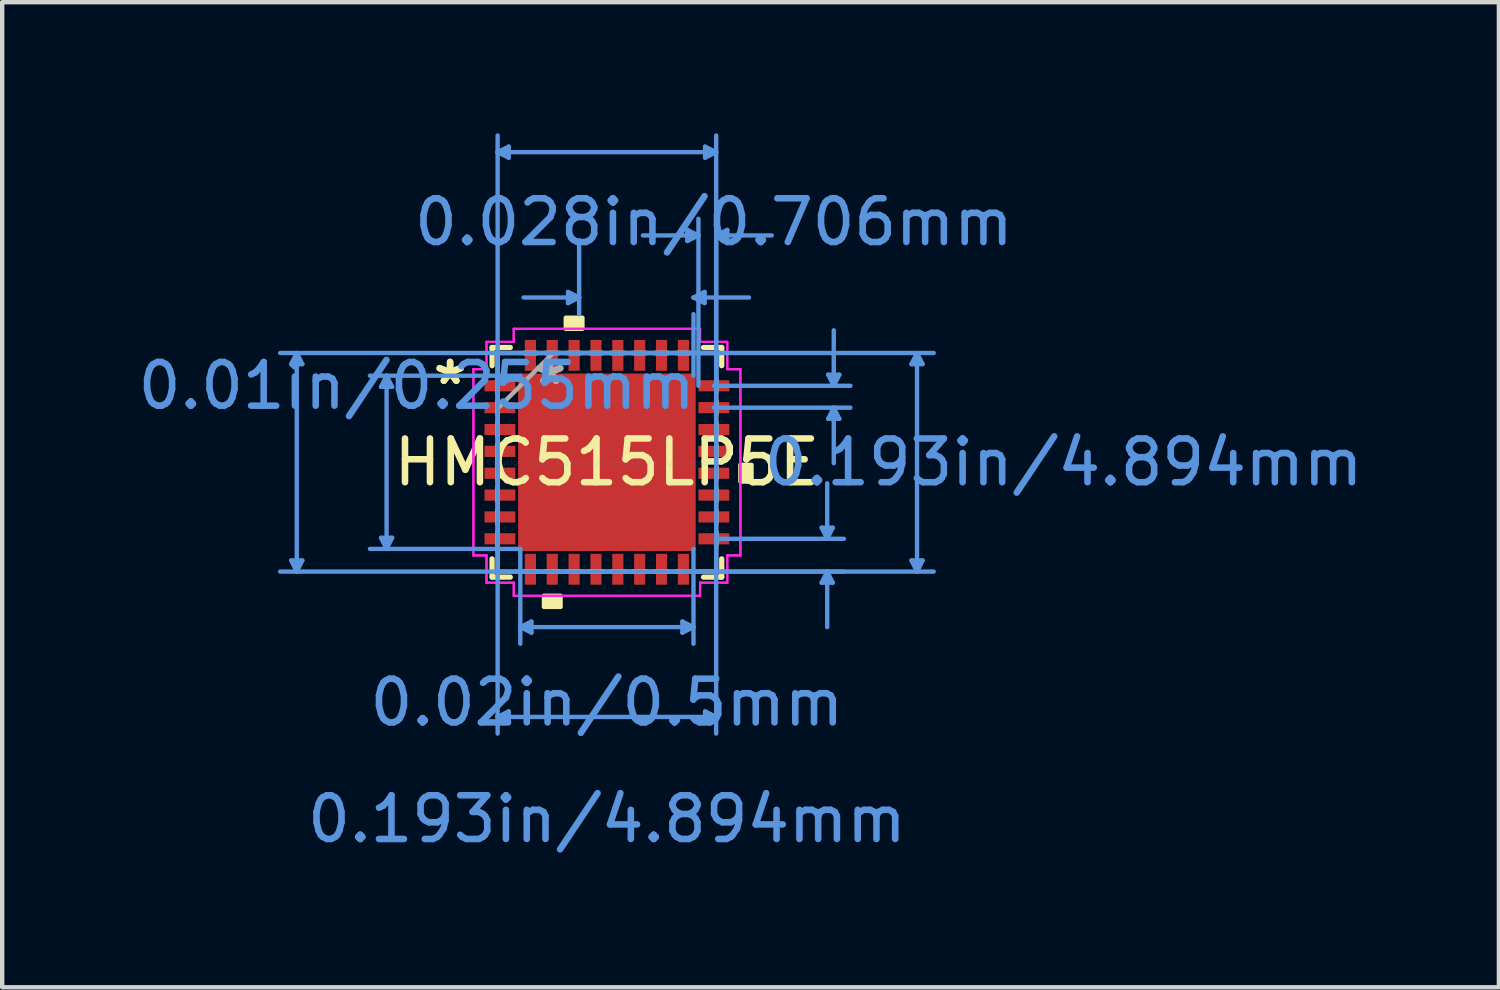
<source format=kicad_pcb>
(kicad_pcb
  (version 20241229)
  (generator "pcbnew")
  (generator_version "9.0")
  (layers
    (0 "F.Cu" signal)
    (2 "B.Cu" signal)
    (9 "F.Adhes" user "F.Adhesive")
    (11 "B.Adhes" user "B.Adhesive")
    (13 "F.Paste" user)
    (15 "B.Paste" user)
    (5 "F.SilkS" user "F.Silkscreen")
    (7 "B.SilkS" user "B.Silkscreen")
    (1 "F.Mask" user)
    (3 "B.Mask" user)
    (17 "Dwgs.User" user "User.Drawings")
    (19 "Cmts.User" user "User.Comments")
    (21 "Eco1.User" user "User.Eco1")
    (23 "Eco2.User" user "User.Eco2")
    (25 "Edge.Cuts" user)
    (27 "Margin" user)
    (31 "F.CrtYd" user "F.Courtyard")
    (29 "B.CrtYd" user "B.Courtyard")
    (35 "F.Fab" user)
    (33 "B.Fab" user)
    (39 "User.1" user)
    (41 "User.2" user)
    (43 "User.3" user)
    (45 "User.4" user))
  (footprint "HMC515LP5E"
    (layer "F.Cu")
    (at 10.834 7.526)
    (property "Reference" "HMC515LP5E" (at 0 0 0) (layer "F.SilkS") (effects (font (size 1 1) (thickness 0.15))))
    (attr through_hole)
    (fp_poly (pts (xy -1.981 -1.981) (xy 1.981 -1.981) (xy 1.981 1.981) (xy -1.981 1.981)) (stroke (width 0.1) (type solid)) (fill yes) (layer "F.Cu"))
    (fp_poly (pts (xy -1.981 -1.981) (xy 1.981 -1.981) (xy 1.981 1.981) (xy -1.981 1.981)) (stroke (width 0.1) (type solid)) (fill yes) (layer "F.Mask"))
    (fp_line (start -2.627 -2.627) (end -2.627 -2.21) (stroke (width 0.12) (type solid)) (layer "F.SilkS"))
    (fp_line (start -2.627 2.21) (end -2.627 2.627) (stroke (width 0.12) (type solid)) (layer "F.SilkS"))
    (fp_line (start -2.627 2.627) (end -2.21 2.627) (stroke (width 0.12) (type solid)) (layer "F.SilkS"))
    (fp_line (start -2.21 -2.627) (end -2.627 -2.627) (stroke (width 0.12) (type solid)) (layer "F.SilkS"))
    (fp_line (start 2.21 2.627) (end 2.627 2.627) (stroke (width 0.12) (type solid)) (layer "F.SilkS"))
    (fp_line (start 2.627 -2.627) (end 2.21 -2.627) (stroke (width 0.12) (type solid)) (layer "F.SilkS"))
    (fp_line (start 2.627 -2.21) (end 2.627 -2.627) (stroke (width 0.12) (type solid)) (layer "F.SilkS"))
    (fp_line (start 2.627 2.627) (end 2.627 2.21) (stroke (width 0.12) (type solid)) (layer "F.SilkS"))
    (fp_poly (pts (xy -1.44 3.054) (xy -1.44 3.308) (xy -1.06 3.308) (xy -1.06 3.054)) (stroke (width 0.1) (type solid)) (fill yes) (layer "F.SilkS"))
    (fp_poly (pts (xy -0.941 -3.054) (xy -0.941 -3.308) (xy -0.56 -3.308) (xy -0.56 -3.054)) (stroke (width 0.1) (type solid)) (fill yes) (layer "F.SilkS"))
    (fp_poly (pts (xy 3.308 0.059) (xy 3.308 0.441) (xy 3.054 0.441) (xy 3.054 0.059)) (stroke (width 0.1) (type solid)) (fill yes) (layer "F.SilkS"))
    (fp_poly (pts (xy -1.981 -1.981) (xy 1.981 -1.981) (xy 1.981 1.981) (xy -1.981 1.981)) (stroke (width 0.1) (type solid)) (fill yes) (layer "F.Paste"))
    (fp_line (start -7.222 -2.246) (end -6.968 -2.246) (stroke (width 0.1) (type solid)) (layer "Cmts.User"))
    (fp_line (start -7.222 2.246) (end -6.968 2.246) (stroke (width 0.1) (type solid)) (layer "Cmts.User"))
    (fp_line (start -7.095 -2.5) (end -7.222 -2.246) (stroke (width 0.1) (type solid)) (layer "Cmts.User"))
    (fp_line (start -7.095 -2.5) (end -7.095 2.5) (stroke (width 0.1) (type solid)) (layer "Cmts.User"))
    (fp_line (start -7.095 -2.5) (end -6.968 -2.246) (stroke (width 0.1) (type solid)) (layer "Cmts.User"))
    (fp_line (start -7.095 2.5) (end -7.222 2.246) (stroke (width 0.1) (type solid)) (layer "Cmts.User"))
    (fp_line (start -7.095 2.5) (end -6.968 2.246) (stroke (width 0.1) (type solid)) (layer "Cmts.User"))
    (fp_line (start -5.167 -1.727) (end -4.913 -1.727) (stroke (width 0.1) (type solid)) (layer "Cmts.User"))
    (fp_line (start -5.167 1.727) (end -4.913 1.727) (stroke (width 0.1) (type solid)) (layer "Cmts.User"))
    (fp_line (start -5.04 -1.981) (end -5.167 -1.727) (stroke (width 0.1) (type solid)) (layer "Cmts.User"))
    (fp_line (start -5.04 -1.981) (end -5.04 1.981) (stroke (width 0.1) (type solid)) (layer "Cmts.User"))
    (fp_line (start -5.04 -1.981) (end -4.913 -1.727) (stroke (width 0.1) (type solid)) (layer "Cmts.User"))
    (fp_line (start -5.04 1.981) (end -5.167 1.727) (stroke (width 0.1) (type solid)) (layer "Cmts.User"))
    (fp_line (start -5.04 1.981) (end -4.913 1.727) (stroke (width 0.1) (type solid)) (layer "Cmts.User"))
    (fp_line (start -2.5 -7.095) (end -2.246 -7.222) (stroke (width 0.1) (type solid)) (layer "Cmts.User"))
    (fp_line (start -2.5 -7.095) (end -2.246 -6.968) (stroke (width 0.1) (type solid)) (layer "Cmts.User"))
    (fp_line (start -2.5 -7.095) (end 2.5 -7.095) (stroke (width 0.1) (type solid)) (layer "Cmts.User"))
    (fp_line (start -2.5 -2.5) (end -2.5 6.206) (stroke (width 0.1) (type solid)) (layer "Cmts.User"))
    (fp_line (start -2.5 -1.75) (end -2.5 -7.476) (stroke (width 0.1) (type solid)) (layer "Cmts.User"))
    (fp_line (start -2.5 5.825) (end -2.246 5.698) (stroke (width 0.1) (type solid)) (layer "Cmts.User"))
    (fp_line (start -2.5 5.825) (end -2.246 5.952) (stroke (width 0.1) (type solid)) (layer "Cmts.User"))
    (fp_line (start -2.5 5.825) (end 2.5 5.825) (stroke (width 0.1) (type solid)) (layer "Cmts.User"))
    (fp_line (start -2.246 -7.222) (end -2.246 -6.968) (stroke (width 0.1) (type solid)) (layer "Cmts.User"))
    (fp_line (start -2.246 5.698) (end -2.246 5.952) (stroke (width 0.1) (type solid)) (layer "Cmts.User"))
    (fp_line (start -1.981 -1.981) (end -5.421 -1.981) (stroke (width 0.1) (type solid)) (layer "Cmts.User"))
    (fp_line (start -1.981 1.981) (end -5.421 1.981) (stroke (width 0.1) (type solid)) (layer "Cmts.User"))
    (fp_line (start -1.981 1.981) (end -1.981 4.151) (stroke (width 0.1) (type solid)) (layer "Cmts.User"))
    (fp_line (start -1.981 3.77) (end -1.727 3.643) (stroke (width 0.1) (type solid)) (layer "Cmts.User"))
    (fp_line (start -1.981 3.77) (end -1.727 3.897) (stroke (width 0.1) (type solid)) (layer "Cmts.User"))
    (fp_line (start -1.981 3.77) (end 1.981 3.77) (stroke (width 0.1) (type solid)) (layer "Cmts.User"))
    (fp_line (start -1.727 3.643) (end -1.727 3.897) (stroke (width 0.1) (type solid)) (layer "Cmts.User"))
    (fp_line (start -0.889 -3.897) (end -0.889 -3.643) (stroke (width 0.1) (type solid)) (layer "Cmts.User"))
    (fp_line (start -0.635 -5.08) (end -0.635 -3.389) (stroke (width 0.1) (type solid)) (layer "Cmts.User"))
    (fp_line (start -0.635 -3.77) (end -1.905 -3.77) (stroke (width 0.1) (type solid)) (layer "Cmts.User"))
    (fp_line (start -0.635 -3.77) (end -0.889 -3.897) (stroke (width 0.1) (type solid)) (layer "Cmts.User"))
    (fp_line (start -0.635 -3.77) (end -0.889 -3.643) (stroke (width 0.1) (type solid)) (layer "Cmts.User"))
    (fp_line (start 1.727 3.643) (end 1.727 3.897) (stroke (width 0.1) (type solid)) (layer "Cmts.User"))
    (fp_line (start 1.75 -2.5) (end 7.476 -2.5) (stroke (width 0.1) (type solid)) (layer "Cmts.User"))
    (fp_line (start 1.75 2.5) (end 5.421 2.5) (stroke (width 0.1) (type solid)) (layer "Cmts.User"))
    (fp_line (start 1.75 2.5) (end 7.476 2.5) (stroke (width 0.1) (type solid)) (layer "Cmts.User"))
    (fp_line (start 1.84 -5.317) (end 1.84 -5.063) (stroke (width 0.1) (type solid)) (layer "Cmts.User"))
    (fp_line (start 1.981 -3.77) (end 2.235 -3.897) (stroke (width 0.1) (type solid)) (layer "Cmts.User"))
    (fp_line (start 1.981 -3.77) (end 2.235 -3.643) (stroke (width 0.1) (type solid)) (layer "Cmts.User"))
    (fp_line (start 1.981 -3.77) (end 3.251 -3.77) (stroke (width 0.1) (type solid)) (layer "Cmts.User"))
    (fp_line (start 1.981 -1.981) (end 1.981 -3.389) (stroke (width 0.1) (type solid)) (layer "Cmts.User"))
    (fp_line (start 1.981 1.981) (end 1.981 4.151) (stroke (width 0.1) (type solid)) (layer "Cmts.User"))
    (fp_line (start 1.981 3.77) (end 1.727 3.643) (stroke (width 0.1) (type solid)) (layer "Cmts.User"))
    (fp_line (start 1.981 3.77) (end 1.727 3.897) (stroke (width 0.1) (type solid)) (layer "Cmts.User"))
    (fp_line (start 2.094 -5.19) (end 0.824 -5.19) (stroke (width 0.1) (type solid)) (layer "Cmts.User"))
    (fp_line (start 2.094 -5.19) (end 1.84 -5.317) (stroke (width 0.1) (type solid)) (layer "Cmts.User"))
    (fp_line (start 2.094 -5.19) (end 1.84 -5.063) (stroke (width 0.1) (type solid)) (layer "Cmts.User"))
    (fp_line (start 2.094 -1.75) (end 2.094 -5.571) (stroke (width 0.1) (type solid)) (layer "Cmts.User"))
    (fp_line (start 2.235 -3.897) (end 2.235 -3.643) (stroke (width 0.1) (type solid)) (layer "Cmts.User"))
    (fp_line (start 2.246 -7.222) (end 2.246 -6.968) (stroke (width 0.1) (type solid)) (layer "Cmts.User"))
    (fp_line (start 2.246 5.698) (end 2.246 5.952) (stroke (width 0.1) (type solid)) (layer "Cmts.User"))
    (fp_line (start 2.447 -1.75) (end 5.571 -1.75) (stroke (width 0.1) (type solid)) (layer "Cmts.User"))
    (fp_line (start 2.447 -1.25) (end 5.571 -1.25) (stroke (width 0.1) (type solid)) (layer "Cmts.User"))
    (fp_line (start 2.5 -7.095) (end 2.246 -7.222) (stroke (width 0.1) (type solid)) (layer "Cmts.User"))
    (fp_line (start 2.5 -7.095) (end 2.246 -6.968) (stroke (width 0.1) (type solid)) (layer "Cmts.User"))
    (fp_line (start 2.5 -5.19) (end 2.754 -5.317) (stroke (width 0.1) (type solid)) (layer "Cmts.User"))
    (fp_line (start 2.5 -5.19) (end 2.754 -5.063) (stroke (width 0.1) (type solid)) (layer "Cmts.User"))
    (fp_line (start 2.5 -5.19) (end 3.77 -5.19) (stroke (width 0.1) (type solid)) (layer "Cmts.User"))
    (fp_line (start 2.5 -2.5) (end -7.476 -2.5) (stroke (width 0.1) (type solid)) (layer "Cmts.User"))
    (fp_line (start 2.5 -2.5) (end 2.5 6.206) (stroke (width 0.1) (type solid)) (layer "Cmts.User"))
    (fp_line (start 2.5 -1.75) (end 2.5 -7.476) (stroke (width 0.1) (type solid)) (layer "Cmts.User"))
    (fp_line (start 2.5 -1.75) (end 2.5 -5.571) (stroke (width 0.1) (type solid)) (layer "Cmts.User"))
    (fp_line (start 2.5 1.75) (end 5.421 1.75) (stroke (width 0.1) (type solid)) (layer "Cmts.User"))
    (fp_line (start 2.5 2.5) (end -7.476 2.5) (stroke (width 0.1) (type solid)) (layer "Cmts.User"))
    (fp_line (start 2.5 5.825) (end 2.246 5.698) (stroke (width 0.1) (type solid)) (layer "Cmts.User"))
    (fp_line (start 2.5 5.825) (end 2.246 5.952) (stroke (width 0.1) (type solid)) (layer "Cmts.User"))
    (fp_line (start 2.754 -5.317) (end 2.754 -5.063) (stroke (width 0.1) (type solid)) (layer "Cmts.User"))
    (fp_line (start 4.913 1.496) (end 5.167 1.496) (stroke (width 0.1) (type solid)) (layer "Cmts.User"))
    (fp_line (start 4.913 2.754) (end 5.167 2.754) (stroke (width 0.1) (type solid)) (layer "Cmts.User"))
    (fp_line (start 5.04 1.75) (end 4.913 1.496) (stroke (width 0.1) (type solid)) (layer "Cmts.User"))
    (fp_line (start 5.04 1.75) (end 5.04 0.48) (stroke (width 0.1) (type solid)) (layer "Cmts.User"))
    (fp_line (start 5.04 1.75) (end 5.167 1.496) (stroke (width 0.1) (type solid)) (layer "Cmts.User"))
    (fp_line (start 5.04 2.5) (end 4.913 2.754) (stroke (width 0.1) (type solid)) (layer "Cmts.User"))
    (fp_line (start 5.04 2.5) (end 5.04 3.77) (stroke (width 0.1) (type solid)) (layer "Cmts.User"))
    (fp_line (start 5.04 2.5) (end 5.167 2.754) (stroke (width 0.1) (type solid)) (layer "Cmts.User"))
    (fp_line (start 5.063 -2.004) (end 5.317 -2.004) (stroke (width 0.1) (type solid)) (layer "Cmts.User"))
    (fp_line (start 5.063 -0.996) (end 5.317 -0.996) (stroke (width 0.1) (type solid)) (layer "Cmts.User"))
    (fp_line (start 5.19 -1.75) (end 5.063 -2.004) (stroke (width 0.1) (type solid)) (layer "Cmts.User"))
    (fp_line (start 5.19 -1.75) (end 5.19 -3.02) (stroke (width 0.1) (type solid)) (layer "Cmts.User"))
    (fp_line (start 5.19 -1.75) (end 5.317 -2.004) (stroke (width 0.1) (type solid)) (layer "Cmts.User"))
    (fp_line (start 5.19 -1.25) (end 5.063 -0.996) (stroke (width 0.1) (type solid)) (layer "Cmts.User"))
    (fp_line (start 5.19 -1.25) (end 5.19 0.02) (stroke (width 0.1) (type solid)) (layer "Cmts.User"))
    (fp_line (start 5.19 -1.25) (end 5.317 -0.996) (stroke (width 0.1) (type solid)) (layer "Cmts.User"))
    (fp_line (start 6.968 -2.246) (end 7.222 -2.246) (stroke (width 0.1) (type solid)) (layer "Cmts.User"))
    (fp_line (start 6.968 2.246) (end 7.222 2.246) (stroke (width 0.1) (type solid)) (layer "Cmts.User"))
    (fp_line (start 7.095 -2.5) (end 6.968 -2.246) (stroke (width 0.1) (type solid)) (layer "Cmts.User"))
    (fp_line (start 7.095 -2.5) (end 7.095 2.5) (stroke (width 0.1) (type solid)) (layer "Cmts.User"))
    (fp_line (start 7.095 -2.5) (end 7.222 -2.246) (stroke (width 0.1) (type solid)) (layer "Cmts.User"))
    (fp_line (start 7.095 2.5) (end 6.968 2.246) (stroke (width 0.1) (type solid)) (layer "Cmts.User"))
    (fp_line (start 7.095 2.5) (end 7.222 2.246) (stroke (width 0.1) (type solid)) (layer "Cmts.User"))
    (fp_line (start -3.054 -2.131) (end -2.754 -2.131) (stroke (width 0.05) (type solid)) (layer "F.CrtYd"))
    (fp_line (start -3.054 -2.131) (end -2.754 -2.131) (stroke (width 0.05) (type solid)) (layer "F.CrtYd"))
    (fp_line (start -3.054 2.131) (end -3.054 -2.131) (stroke (width 0.05) (type solid)) (layer "F.CrtYd"))
    (fp_line (start -3.054 2.131) (end -3.054 -2.131) (stroke (width 0.05) (type solid)) (layer "F.CrtYd"))
    (fp_line (start -2.754 -2.754) (end -2.131 -2.754) (stroke (width 0.05) (type solid)) (layer "F.CrtYd"))
    (fp_line (start -2.754 -2.754) (end -2.131 -2.754) (stroke (width 0.05) (type solid)) (layer "F.CrtYd"))
    (fp_line (start -2.754 -2.131) (end -2.754 -2.754) (stroke (width 0.05) (type solid)) (layer "F.CrtYd"))
    (fp_line (start -2.754 -2.131) (end -2.754 -2.754) (stroke (width 0.05) (type solid)) (layer "F.CrtYd"))
    (fp_line (start -2.754 2.131) (end -3.054 2.131) (stroke (width 0.05) (type solid)) (layer "F.CrtYd"))
    (fp_line (start -2.754 2.131) (end -3.054 2.131) (stroke (width 0.05) (type solid)) (layer "F.CrtYd"))
    (fp_line (start -2.754 2.754) (end -2.754 2.131) (stroke (width 0.05) (type solid)) (layer "F.CrtYd"))
    (fp_line (start -2.754 2.754) (end -2.754 2.131) (stroke (width 0.05) (type solid)) (layer "F.CrtYd"))
    (fp_line (start -2.131 -3.054) (end 2.131 -3.054) (stroke (width 0.05) (type solid)) (layer "F.CrtYd"))
    (fp_line (start -2.131 -3.054) (end 2.131 -3.054) (stroke (width 0.05) (type solid)) (layer "F.CrtYd"))
    (fp_line (start -2.131 -2.754) (end -2.131 -3.054) (stroke (width 0.05) (type solid)) (layer "F.CrtYd"))
    (fp_line (start -2.131 -2.754) (end -2.131 -3.054) (stroke (width 0.05) (type solid)) (layer "F.CrtYd"))
    (fp_line (start -2.131 2.754) (end -2.754 2.754) (stroke (width 0.05) (type solid)) (layer "F.CrtYd"))
    (fp_line (start -2.131 2.754) (end -2.754 2.754) (stroke (width 0.05) (type solid)) (layer "F.CrtYd"))
    (fp_line (start -2.131 3.054) (end -2.131 2.754) (stroke (width 0.05) (type solid)) (layer "F.CrtYd"))
    (fp_line (start -2.131 3.054) (end -2.131 2.754) (stroke (width 0.05) (type solid)) (layer "F.CrtYd"))
    (fp_line (start 2.131 -3.054) (end 2.131 -2.754) (stroke (width 0.05) (type solid)) (layer "F.CrtYd"))
    (fp_line (start 2.131 -3.054) (end 2.131 -2.754) (stroke (width 0.05) (type solid)) (layer "F.CrtYd"))
    (fp_line (start 2.131 -2.754) (end 2.754 -2.754) (stroke (width 0.05) (type solid)) (layer "F.CrtYd"))
    (fp_line (start 2.131 -2.754) (end 2.754 -2.754) (stroke (width 0.05) (type solid)) (layer "F.CrtYd"))
    (fp_line (start 2.131 2.754) (end 2.131 3.054) (stroke (width 0.05) (type solid)) (layer "F.CrtYd"))
    (fp_line (start 2.131 2.754) (end 2.131 3.054) (stroke (width 0.05) (type solid)) (layer "F.CrtYd"))
    (fp_line (start 2.131 3.054) (end -2.131 3.054) (stroke (width 0.05) (type solid)) (layer "F.CrtYd"))
    (fp_line (start 2.131 3.054) (end -2.131 3.054) (stroke (width 0.05) (type solid)) (layer "F.CrtYd"))
    (fp_line (start 2.754 -2.754) (end 2.754 -2.131) (stroke (width 0.05) (type solid)) (layer "F.CrtYd"))
    (fp_line (start 2.754 -2.754) (end 2.754 -2.131) (stroke (width 0.05) (type solid)) (layer "F.CrtYd"))
    (fp_line (start 2.754 -2.131) (end 3.054 -2.131) (stroke (width 0.05) (type solid)) (layer "F.CrtYd"))
    (fp_line (start 2.754 -2.131) (end 3.054 -2.131) (stroke (width 0.05) (type solid)) (layer "F.CrtYd"))
    (fp_line (start 2.754 2.131) (end 2.754 2.754) (stroke (width 0.05) (type solid)) (layer "F.CrtYd"))
    (fp_line (start 2.754 2.131) (end 2.754 2.754) (stroke (width 0.05) (type solid)) (layer "F.CrtYd"))
    (fp_line (start 2.754 2.754) (end 2.131 2.754) (stroke (width 0.05) (type solid)) (layer "F.CrtYd"))
    (fp_line (start 2.754 2.754) (end 2.131 2.754) (stroke (width 0.05) (type solid)) (layer "F.CrtYd"))
    (fp_line (start 3.054 -2.131) (end 3.054 2.131) (stroke (width 0.05) (type solid)) (layer "F.CrtYd"))
    (fp_line (start 3.054 -2.131) (end 3.054 2.131) (stroke (width 0.05) (type solid)) (layer "F.CrtYd"))
    (fp_line (start 3.054 2.131) (end 2.754 2.131) (stroke (width 0.05) (type solid)) (layer "F.CrtYd"))
    (fp_line (start 3.054 2.131) (end 2.754 2.131) (stroke (width 0.05) (type solid)) (layer "F.CrtYd"))
    (fp_line (start -2.5 -2.5) (end -2.5 2.5) (stroke (width 0.1) (type solid)) (layer "F.Fab"))
    (fp_line (start -2.5 -1.902) (end -2.5 -1.902) (stroke (width 0.1) (type solid)) (layer "F.Fab"))
    (fp_line (start -2.5 -1.902) (end -2.5 -1.598) (stroke (width 0.1) (type solid)) (layer "F.Fab"))
    (fp_line (start -2.5 -1.598) (end -2.5 -1.902) (stroke (width 0.1) (type solid)) (layer "F.Fab"))
    (fp_line (start -2.5 -1.598) (end -2.5 -1.598) (stroke (width 0.1) (type solid)) (layer "F.Fab"))
    (fp_line (start -2.5 -1.402) (end -2.5 -1.402) (stroke (width 0.1) (type solid)) (layer "F.Fab"))
    (fp_line (start -2.5 -1.402) (end -2.5 -1.098) (stroke (width 0.1) (type solid)) (layer "F.Fab"))
    (fp_line (start -2.5 -1.23) (end -1.23 -2.5) (stroke (width 0.1) (type solid)) (layer "F.Fab"))
    (fp_line (start -2.5 -1.098) (end -2.5 -1.402) (stroke (width 0.1) (type solid)) (layer "F.Fab"))
    (fp_line (start -2.5 -1.098) (end -2.5 -1.098) (stroke (width 0.1) (type solid)) (layer "F.Fab"))
    (fp_line (start -2.5 -0.902) (end -2.5 -0.902) (stroke (width 0.1) (type solid)) (layer "F.Fab"))
    (fp_line (start -2.5 -0.902) (end -2.5 -0.598) (stroke (width 0.1) (type solid)) (layer "F.Fab"))
    (fp_line (start -2.5 -0.598) (end -2.5 -0.902) (stroke (width 0.1) (type solid)) (layer "F.Fab"))
    (fp_line (start -2.5 -0.598) (end -2.5 -0.598) (stroke (width 0.1) (type solid)) (layer "F.Fab"))
    (fp_line (start -2.5 -0.402) (end -2.5 -0.402) (stroke (width 0.1) (type solid)) (layer "F.Fab"))
    (fp_line (start -2.5 -0.402) (end -2.5 -0.098) (stroke (width 0.1) (type solid)) (layer "F.Fab"))
    (fp_line (start -2.5 -0.098) (end -2.5 -0.402) (stroke (width 0.1) (type solid)) (layer "F.Fab"))
    (fp_line (start -2.5 -0.098) (end -2.5 -0.098) (stroke (width 0.1) (type solid)) (layer "F.Fab"))
    (fp_line (start -2.5 0.098) (end -2.5 0.098) (stroke (width 0.1) (type solid)) (layer "F.Fab"))
    (fp_line (start -2.5 0.098) (end -2.5 0.402) (stroke (width 0.1) (type solid)) (layer "F.Fab"))
    (fp_line (start -2.5 0.402) (end -2.5 0.098) (stroke (width 0.1) (type solid)) (layer "F.Fab"))
    (fp_line (start -2.5 0.402) (end -2.5 0.402) (stroke (width 0.1) (type solid)) (layer "F.Fab"))
    (fp_line (start -2.5 0.598) (end -2.5 0.598) (stroke (width 0.1) (type solid)) (layer "F.Fab"))
    (fp_line (start -2.5 0.598) (end -2.5 0.902) (stroke (width 0.1) (type solid)) (layer "F.Fab"))
    (fp_line (start -2.5 0.902) (end -2.5 0.598) (stroke (width 0.1) (type solid)) (layer "F.Fab"))
    (fp_line (start -2.5 0.902) (end -2.5 0.902) (stroke (width 0.1) (type solid)) (layer "F.Fab"))
    (fp_line (start -2.5 1.098) (end -2.5 1.098) (stroke (width 0.1) (type solid)) (layer "F.Fab"))
    (fp_line (start -2.5 1.098) (end -2.5 1.402) (stroke (width 0.1) (type solid)) (layer "F.Fab"))
    (fp_line (start -2.5 1.402) (end -2.5 1.098) (stroke (width 0.1) (type solid)) (layer "F.Fab"))
    (fp_line (start -2.5 1.402) (end -2.5 1.402) (stroke (width 0.1) (type solid)) (layer "F.Fab"))
    (fp_line (start -2.5 1.598) (end -2.5 1.598) (stroke (width 0.1) (type solid)) (layer "F.Fab"))
    (fp_line (start -2.5 1.598) (end -2.5 1.902) (stroke (width 0.1) (type solid)) (layer "F.Fab"))
    (fp_line (start -2.5 1.902) (end -2.5 1.598) (stroke (width 0.1) (type solid)) (layer "F.Fab"))
    (fp_line (start -2.5 1.902) (end -2.5 1.902) (stroke (width 0.1) (type solid)) (layer "F.Fab"))
    (fp_line (start -2.5 2.5) (end 2.5 2.5) (stroke (width 0.1) (type solid)) (layer "F.Fab"))
    (fp_line (start -1.902 -2.5) (end -1.902 -2.5) (stroke (width 0.1) (type solid)) (layer "F.Fab"))
    (fp_line (start -1.902 -2.5) (end -1.598 -2.5) (stroke (width 0.1) (type solid)) (layer "F.Fab"))
    (fp_line (start -1.902 2.5) (end -1.902 2.5) (stroke (width 0.1) (type solid)) (layer "F.Fab"))
    (fp_line (start -1.902 2.5) (end -1.598 2.5) (stroke (width 0.1) (type solid)) (layer "F.Fab"))
    (fp_line (start -1.598 -2.5) (end -1.902 -2.5) (stroke (width 0.1) (type solid)) (layer "F.Fab"))
    (fp_line (start -1.598 -2.5) (end -1.598 -2.5) (stroke (width 0.1) (type solid)) (layer "F.Fab"))
    (fp_line (start -1.598 2.5) (end -1.902 2.5) (stroke (width 0.1) (type solid)) (layer "F.Fab"))
    (fp_line (start -1.598 2.5) (end -1.598 2.5) (stroke (width 0.1) (type solid)) (layer "F.Fab"))
    (fp_line (start -1.402 -2.5) (end -1.402 -2.5) (stroke (width 0.1) (type solid)) (layer "F.Fab"))
    (fp_line (start -1.402 -2.5) (end -1.098 -2.5) (stroke (width 0.1) (type solid)) (layer "F.Fab"))
    (fp_line (start -1.402 2.5) (end -1.402 2.5) (stroke (width 0.1) (type solid)) (layer "F.Fab"))
    (fp_line (start -1.402 2.5) (end -1.098 2.5) (stroke (width 0.1) (type solid)) (layer "F.Fab"))
    (fp_line (start -1.098 -2.5) (end -1.402 -2.5) (stroke (width 0.1) (type solid)) (layer "F.Fab"))
    (fp_line (start -1.098 -2.5) (end -1.098 -2.5) (stroke (width 0.1) (type solid)) (layer "F.Fab"))
    (fp_line (start -1.098 2.5) (end -1.402 2.5) (stroke (width 0.1) (type solid)) (layer "F.Fab"))
    (fp_line (start -1.098 2.5) (end -1.098 2.5) (stroke (width 0.1) (type solid)) (layer "F.Fab"))
    (fp_line (start -0.902 -2.5) (end -0.902 -2.5) (stroke (width 0.1) (type solid)) (layer "F.Fab"))
    (fp_line (start -0.902 -2.5) (end -0.598 -2.5) (stroke (width 0.1) (type solid)) (layer "F.Fab"))
    (fp_line (start -0.902 2.5) (end -0.902 2.5) (stroke (width 0.1) (type solid)) (layer "F.Fab"))
    (fp_line (start -0.902 2.5) (end -0.598 2.5) (stroke (width 0.1) (type solid)) (layer "F.Fab"))
    (fp_line (start -0.598 -2.5) (end -0.902 -2.5) (stroke (width 0.1) (type solid)) (layer "F.Fab"))
    (fp_line (start -0.598 -2.5) (end -0.598 -2.5) (stroke (width 0.1) (type solid)) (layer "F.Fab"))
    (fp_line (start -0.598 2.5) (end -0.902 2.5) (stroke (width 0.1) (type solid)) (layer "F.Fab"))
    (fp_line (start -0.598 2.5) (end -0.598 2.5) (stroke (width 0.1) (type solid)) (layer "F.Fab"))
    (fp_line (start -0.402 -2.5) (end -0.402 -2.5) (stroke (width 0.1) (type solid)) (layer "F.Fab"))
    (fp_line (start -0.402 -2.5) (end -0.098 -2.5) (stroke (width 0.1) (type solid)) (layer "F.Fab"))
    (fp_line (start -0.402 2.5) (end -0.402 2.5) (stroke (width 0.1) (type solid)) (layer "F.Fab"))
    (fp_line (start -0.402 2.5) (end -0.098 2.5) (stroke (width 0.1) (type solid)) (layer "F.Fab"))
    (fp_line (start -0.098 -2.5) (end -0.402 -2.5) (stroke (width 0.1) (type solid)) (layer "F.Fab"))
    (fp_line (start -0.098 -2.5) (end -0.098 -2.5) (stroke (width 0.1) (type solid)) (layer "F.Fab"))
    (fp_line (start -0.098 2.5) (end -0.402 2.5) (stroke (width 0.1) (type solid)) (layer "F.Fab"))
    (fp_line (start -0.098 2.5) (end -0.098 2.5) (stroke (width 0.1) (type solid)) (layer "F.Fab"))
    (fp_line (start 0.098 -2.5) (end 0.098 -2.5) (stroke (width 0.1) (type solid)) (layer "F.Fab"))
    (fp_line (start 0.098 -2.5) (end 0.402 -2.5) (stroke (width 0.1) (type solid)) (layer "F.Fab"))
    (fp_line (start 0.098 2.5) (end 0.098 2.5) (stroke (width 0.1) (type solid)) (layer "F.Fab"))
    (fp_line (start 0.098 2.5) (end 0.402 2.5) (stroke (width 0.1) (type solid)) (layer "F.Fab"))
    (fp_line (start 0.402 -2.5) (end 0.098 -2.5) (stroke (width 0.1) (type solid)) (layer "F.Fab"))
    (fp_line (start 0.402 -2.5) (end 0.402 -2.5) (stroke (width 0.1) (type solid)) (layer "F.Fab"))
    (fp_line (start 0.402 2.5) (end 0.098 2.5) (stroke (width 0.1) (type solid)) (layer "F.Fab"))
    (fp_line (start 0.402 2.5) (end 0.402 2.5) (stroke (width 0.1) (type solid)) (layer "F.Fab"))
    (fp_line (start 0.598 -2.5) (end 0.598 -2.5) (stroke (width 0.1) (type solid)) (layer "F.Fab"))
    (fp_line (start 0.598 -2.5) (end 0.902 -2.5) (stroke (width 0.1) (type solid)) (layer "F.Fab"))
    (fp_line (start 0.598 2.5) (end 0.598 2.5) (stroke (width 0.1) (type solid)) (layer "F.Fab"))
    (fp_line (start 0.598 2.5) (end 0.902 2.5) (stroke (width 0.1) (type solid)) (layer "F.Fab"))
    (fp_line (start 0.902 -2.5) (end 0.598 -2.5) (stroke (width 0.1) (type solid)) (layer "F.Fab"))
    (fp_line (start 0.902 -2.5) (end 0.902 -2.5) (stroke (width 0.1) (type solid)) (layer "F.Fab"))
    (fp_line (start 0.902 2.5) (end 0.598 2.5) (stroke (width 0.1) (type solid)) (layer "F.Fab"))
    (fp_line (start 0.902 2.5) (end 0.902 2.5) (stroke (width 0.1) (type solid)) (layer "F.Fab"))
    (fp_line (start 1.098 -2.5) (end 1.098 -2.5) (stroke (width 0.1) (type solid)) (layer "F.Fab"))
    (fp_line (start 1.098 -2.5) (end 1.402 -2.5) (stroke (width 0.1) (type solid)) (layer "F.Fab"))
    (fp_line (start 1.098 2.5) (end 1.098 2.5) (stroke (width 0.1) (type solid)) (layer "F.Fab"))
    (fp_line (start 1.098 2.5) (end 1.402 2.5) (stroke (width 0.1) (type solid)) (layer "F.Fab"))
    (fp_line (start 1.402 -2.5) (end 1.098 -2.5) (stroke (width 0.1) (type solid)) (layer "F.Fab"))
    (fp_line (start 1.402 -2.5) (end 1.402 -2.5) (stroke (width 0.1) (type solid)) (layer "F.Fab"))
    (fp_line (start 1.402 2.5) (end 1.098 2.5) (stroke (width 0.1) (type solid)) (layer "F.Fab"))
    (fp_line (start 1.402 2.5) (end 1.402 2.5) (stroke (width 0.1) (type solid)) (layer "F.Fab"))
    (fp_line (start 1.598 -2.5) (end 1.598 -2.5) (stroke (width 0.1) (type solid)) (layer "F.Fab"))
    (fp_line (start 1.598 -2.5) (end 1.902 -2.5) (stroke (width 0.1) (type solid)) (layer "F.Fab"))
    (fp_line (start 1.598 2.5) (end 1.598 2.5) (stroke (width 0.1) (type solid)) (layer "F.Fab"))
    (fp_line (start 1.598 2.5) (end 1.902 2.5) (stroke (width 0.1) (type solid)) (layer "F.Fab"))
    (fp_line (start 1.902 -2.5) (end 1.598 -2.5) (stroke (width 0.1) (type solid)) (layer "F.Fab"))
    (fp_line (start 1.902 -2.5) (end 1.902 -2.5) (stroke (width 0.1) (type solid)) (layer "F.Fab"))
    (fp_line (start 1.902 2.5) (end 1.598 2.5) (stroke (width 0.1) (type solid)) (layer "F.Fab"))
    (fp_line (start 1.902 2.5) (end 1.902 2.5) (stroke (width 0.1) (type solid)) (layer "F.Fab"))
    (fp_line (start 2.5 -2.5) (end -2.5 -2.5) (stroke (width 0.1) (type solid)) (layer "F.Fab"))
    (fp_line (start 2.5 -1.902) (end 2.5 -1.902) (stroke (width 0.1) (type solid)) (layer "F.Fab"))
    (fp_line (start 2.5 -1.902) (end 2.5 -1.598) (stroke (width 0.1) (type solid)) (layer "F.Fab"))
    (fp_line (start 2.5 -1.598) (end 2.5 -1.902) (stroke (width 0.1) (type solid)) (layer "F.Fab"))
    (fp_line (start 2.5 -1.598) (end 2.5 -1.598) (stroke (width 0.1) (type solid)) (layer "F.Fab"))
    (fp_line (start 2.5 -1.402) (end 2.5 -1.402) (stroke (width 0.1) (type solid)) (layer "F.Fab"))
    (fp_line (start 2.5 -1.402) (end 2.5 -1.098) (stroke (width 0.1) (type solid)) (layer "F.Fab"))
    (fp_line (start 2.5 -1.098) (end 2.5 -1.402) (stroke (width 0.1) (type solid)) (layer "F.Fab"))
    (fp_line (start 2.5 -1.098) (end 2.5 -1.098) (stroke (width 0.1) (type solid)) (layer "F.Fab"))
    (fp_line (start 2.5 -0.902) (end 2.5 -0.902) (stroke (width 0.1) (type solid)) (layer "F.Fab"))
    (fp_line (start 2.5 -0.902) (end 2.5 -0.598) (stroke (width 0.1) (type solid)) (layer "F.Fab"))
    (fp_line (start 2.5 -0.598) (end 2.5 -0.902) (stroke (width 0.1) (type solid)) (layer "F.Fab"))
    (fp_line (start 2.5 -0.598) (end 2.5 -0.598) (stroke (width 0.1) (type solid)) (layer "F.Fab"))
    (fp_line (start 2.5 -0.402) (end 2.5 -0.402) (stroke (width 0.1) (type solid)) (layer "F.Fab"))
    (fp_line (start 2.5 -0.402) (end 2.5 -0.098) (stroke (width 0.1) (type solid)) (layer "F.Fab"))
    (fp_line (start 2.5 -0.098) (end 2.5 -0.402) (stroke (width 0.1) (type solid)) (layer "F.Fab"))
    (fp_line (start 2.5 -0.098) (end 2.5 -0.098) (stroke (width 0.1) (type solid)) (layer "F.Fab"))
    (fp_line (start 2.5 0.098) (end 2.5 0.098) (stroke (width 0.1) (type solid)) (layer "F.Fab"))
    (fp_line (start 2.5 0.098) (end 2.5 0.402) (stroke (width 0.1) (type solid)) (layer "F.Fab"))
    (fp_line (start 2.5 0.402) (end 2.5 0.098) (stroke (width 0.1) (type solid)) (layer "F.Fab"))
    (fp_line (start 2.5 0.402) (end 2.5 0.402) (stroke (width 0.1) (type solid)) (layer "F.Fab"))
    (fp_line (start 2.5 0.598) (end 2.5 0.598) (stroke (width 0.1) (type solid)) (layer "F.Fab"))
    (fp_line (start 2.5 0.598) (end 2.5 0.902) (stroke (width 0.1) (type solid)) (layer "F.Fab"))
    (fp_line (start 2.5 0.902) (end 2.5 0.598) (stroke (width 0.1) (type solid)) (layer "F.Fab"))
    (fp_line (start 2.5 0.902) (end 2.5 0.902) (stroke (width 0.1) (type solid)) (layer "F.Fab"))
    (fp_line (start 2.5 1.098) (end 2.5 1.098) (stroke (width 0.1) (type solid)) (layer "F.Fab"))
    (fp_line (start 2.5 1.098) (end 2.5 1.402) (stroke (width 0.1) (type solid)) (layer "F.Fab"))
    (fp_line (start 2.5 1.402) (end 2.5 1.098) (stroke (width 0.1) (type solid)) (layer "F.Fab"))
    (fp_line (start 2.5 1.402) (end 2.5 1.402) (stroke (width 0.1) (type solid)) (layer "F.Fab"))
    (fp_line (start 2.5 1.598) (end 2.5 1.598) (stroke (width 0.1) (type solid)) (layer "F.Fab"))
    (fp_line (start 2.5 1.598) (end 2.5 1.902) (stroke (width 0.1) (type solid)) (layer "F.Fab"))
    (fp_line (start 2.5 1.902) (end 2.5 1.598) (stroke (width 0.1) (type solid)) (layer "F.Fab"))
    (fp_line (start 2.5 1.902) (end 2.5 1.902) (stroke (width 0.1) (type solid)) (layer "F.Fab"))
    (fp_line (start 2.5 2.5) (end 2.5 -2.5) (stroke (width 0.1) (type solid)) (layer "F.Fab"))
    (fp_text user "*" (at -3.587 -1.75 0) (layer "F.SilkS") (effects (font (size 1 1) (thickness 0.15))))
    (fp_text user "*" (at -3.587 -1.75 0) (layer "F.SilkS") (effects (font (size 1 1) (thickness 0.15))))
    (fp_text user "0.02in/0.5mm" (at 0 5.495 0) (layer "Cmts.User") (effects (font (size 1 1) (thickness 0.15))))
    (fp_text user "0.193in/4.894mm" (at 0 8.162 0) (layer "Cmts.User") (effects (font (size 1 1) (thickness 0.15))))
    (fp_text user "0.01in/0.255mm" (at -4.352 -1.75 0) (layer "Cmts.User") (effects (font (size 1 1) (thickness 0.15))))
    (fp_text user "Copyright 2021 Accelerated Designs. All rights reserved." (at 0 0 0) (layer "Cmts.User") (effects (font (size 0.127 0.127) (thickness 0.002))))
    (fp_text user "0.193in/4.894mm" (at 10.447 0 0) (layer "Cmts.User") (effects (font (size 1 1) (thickness 0.15))))
    (fp_text user "0.028in/0.706mm" (at 2.447 -5.495 0) (layer "Cmts.User") (effects (font (size 1 1) (thickness 0.15))))
    (fp_text user "*" (at -1.306 -1.75 0) (layer "F.Fab") (effects (font (size 1 1) (thickness 0.15))))
    (fp_text user "*" (at -1.306 -1.75 0) (layer "F.Fab") (effects (font (size 1 1) (thickness 0.15))))
    (pad "1" smd rect (at -2.447 -1.75 90) (size 0.255 0.706) (layers "F.Cu" "F.Mask" "F.Paste"))
    (pad "2" smd rect (at -2.447 -1.25 90) (size 0.255 0.706) (layers "F.Cu" "F.Mask" "F.Paste"))
    (pad "3" smd rect (at -2.447 -0.75 90) (size 0.255 0.706) (layers "F.Cu" "F.Mask" "F.Paste"))
    (pad "4" smd rect (at -2.447 -0.25 90) (size 0.255 0.706) (layers "F.Cu" "F.Mask" "F.Paste"))
    (pad "5" smd rect (at -2.447 0.25 90) (size 0.255 0.706) (layers "F.Cu" "F.Mask" "F.Paste"))
    (pad "6" smd rect (at -2.447 0.75 90) (size 0.255 0.706) (layers "F.Cu" "F.Mask" "F.Paste"))
    (pad "7" smd rect (at -2.447 1.25 90) (size 0.255 0.706) (layers "F.Cu" "F.Mask" "F.Paste"))
    (pad "8" smd rect (at -2.447 1.75 90) (size 0.255 0.706) (layers "F.Cu" "F.Mask" "F.Paste"))
    (pad "9" smd rect (at -1.75 2.447) (size 0.255 0.706) (layers "F.Cu" "F.Mask" "F.Paste"))
    (pad "10" smd rect (at -1.25 2.447) (size 0.255 0.706) (layers "F.Cu" "F.Mask" "F.Paste"))
    (pad "11" smd rect (at -0.75 2.447) (size 0.255 0.706) (layers "F.Cu" "F.Mask" "F.Paste"))
    (pad "12" smd rect (at -0.25 2.447) (size 0.255 0.706) (layers "F.Cu" "F.Mask" "F.Paste"))
    (pad "13" smd rect (at 0.25 2.447) (size 0.255 0.706) (layers "F.Cu" "F.Mask" "F.Paste"))
    (pad "14" smd rect (at 0.75 2.447) (size 0.255 0.706) (layers "F.Cu" "F.Mask" "F.Paste"))
    (pad "15" smd rect (at 1.25 2.447) (size 0.255 0.706) (layers "F.Cu" "F.Mask" "F.Paste"))
    (pad "16" smd rect (at 1.75 2.447) (size 0.255 0.706) (layers "F.Cu" "F.Mask" "F.Paste"))
    (pad "17" smd rect (at 2.447 1.75 90) (size 0.255 0.706) (layers "F.Cu" "F.Mask" "F.Paste"))
    (pad "18" smd rect (at 2.447 1.25 90) (size 0.255 0.706) (layers "F.Cu" "F.Mask" "F.Paste"))
    (pad "19" smd rect (at 2.447 0.75 90) (size 0.255 0.706) (layers "F.Cu" "F.Mask" "F.Paste"))
    (pad "20" smd rect (at 2.447 0.25 90) (size 0.255 0.706) (layers "F.Cu" "F.Mask" "F.Paste"))
    (pad "21" smd rect (at 2.447 -0.25 90) (size 0.255 0.706) (layers "F.Cu" "F.Mask" "F.Paste"))
    (pad "22" smd rect (at 2.447 -0.75 90) (size 0.255 0.706) (layers "F.Cu" "F.Mask" "F.Paste"))
    (pad "23" smd rect (at 2.447 -1.25 90) (size 0.255 0.706) (layers "F.Cu" "F.Mask" "F.Paste"))
    (pad "24" smd rect (at 2.447 -1.75 90) (size 0.255 0.706) (layers "F.Cu" "F.Mask" "F.Paste"))
    (pad "25" smd rect (at 1.75 -2.447) (size 0.255 0.706) (layers "F.Cu" "F.Mask" "F.Paste"))
    (pad "26" smd rect (at 1.25 -2.447) (size 0.255 0.706) (layers "F.Cu" "F.Mask" "F.Paste"))
    (pad "27" smd rect (at 0.75 -2.447) (size 0.255 0.706) (layers "F.Cu" "F.Mask" "F.Paste"))
    (pad "28" smd rect (at 0.25 -2.447) (size 0.255 0.706) (layers "F.Cu" "F.Mask" "F.Paste"))
    (pad "29" smd rect (at -0.25 -2.447) (size 0.255 0.706) (layers "F.Cu" "F.Mask" "F.Paste"))
    (pad "30" smd rect (at -0.75 -2.447) (size 0.255 0.706) (layers "F.Cu" "F.Mask" "F.Paste"))
    (pad "31" smd rect (at -1.25 -2.447) (size 0.255 0.706) (layers "F.Cu" "F.Mask" "F.Paste"))
    (pad "32" smd rect (at -1.75 -2.447) (size 0.255 0.706) (layers "F.Cu" "F.Mask" "F.Paste")))
  (gr_rect
    (start -3 -3)
    (end 31.24 19.536)
    (stroke (width 0.1) (type default))
    (fill no)
    (layer "Edge.Cuts")))
</source>
